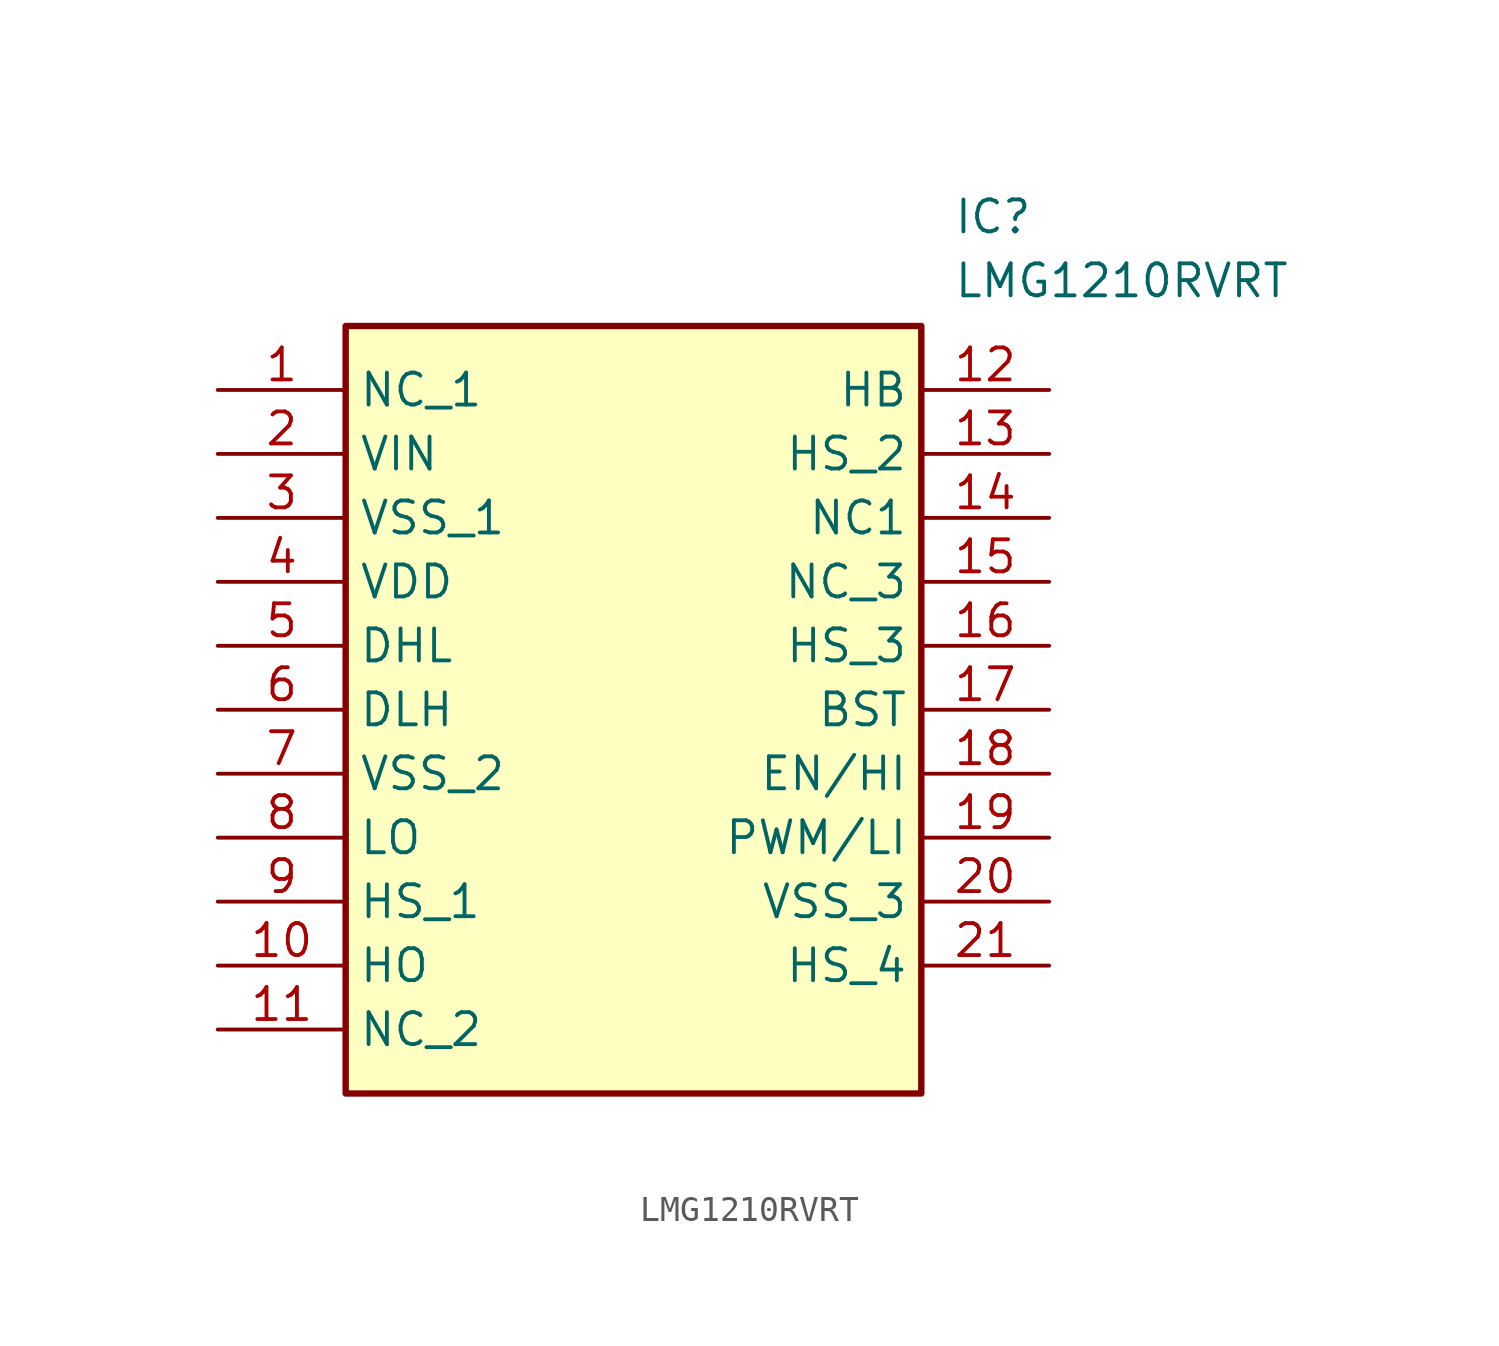
<source format=kicad_sym>
(kicad_symbol_lib
  (version 20211014)
  (generator SamacSys_ECAD_Model)
  (symbol "LMG1210RVRT"
    (property "Reference" "IC"
      (at 29.21 7.62 0)
      (effects (font (size 1.27 1.27)) (justify left top)))
    (property "Value" "LMG1210RVRT"
      (at 29.21 5.08 0)
      (effects (font (size 1.27 1.27)) (justify left top)))
    (rectangle
      (start 5.08 2.54)
      (end 27.94 -27.94)
      (stroke (width 0.254) (type default))
      (fill (type background)))
    (pin passive line
      (at 0 0 0)
      (length 5.08)
      (name "NC_1" (effects (font (size 1.27 1.27))))
      (number "1" (effects (font (size 1.27 1.27)))))
    (pin passive line
      (at 0 -2.54 0)
      (length 5.08)
      (name "VIN" (effects (font (size 1.27 1.27))))
      (number "2" (effects (font (size 1.27 1.27)))))
    (pin passive line
      (at 0 -5.08 0)
      (length 5.08)
      (name "VSS_1" (effects (font (size 1.27 1.27))))
      (number "3" (effects (font (size 1.27 1.27)))))
    (pin passive line
      (at 0 -7.62 0)
      (length 5.08)
      (name "VDD" (effects (font (size 1.27 1.27))))
      (number "4" (effects (font (size 1.27 1.27)))))
    (pin passive line
      (at 0 -10.16 0)
      (length 5.08)
      (name "DHL" (effects (font (size 1.27 1.27))))
      (number "5" (effects (font (size 1.27 1.27)))))
    (pin passive line
      (at 0 -12.7 0)
      (length 5.08)
      (name "DLH" (effects (font (size 1.27 1.27))))
      (number "6" (effects (font (size 1.27 1.27)))))
    (pin passive line
      (at 0 -15.24 0)
      (length 5.08)
      (name "VSS_2" (effects (font (size 1.27 1.27))))
      (number "7" (effects (font (size 1.27 1.27)))))
    (pin passive line
      (at 0 -17.78 0)
      (length 5.08)
      (name "LO" (effects (font (size 1.27 1.27))))
      (number "8" (effects (font (size 1.27 1.27)))))
    (pin passive line
      (at 0 -20.32 0)
      (length 5.08)
      (name "HS_1" (effects (font (size 1.27 1.27))))
      (number "9" (effects (font (size 1.27 1.27)))))
    (pin passive line
      (at 0 -22.86 0)
      (length 5.08)
      (name "HO" (effects (font (size 1.27 1.27))))
      (number "10" (effects (font (size 1.27 1.27)))))
    (pin passive line
      (at 0 -25.4 0)
      (length 5.08)
      (name "NC_2" (effects (font (size 1.27 1.27))))
      (number "11" (effects (font (size 1.27 1.27)))))
    (pin passive line
      (at 33.02 0 180)
      (length 5.08)
      (name "HB" (effects (font (size 1.27 1.27))))
      (number "12" (effects (font (size 1.27 1.27)))))
    (pin passive line
      (at 33.02 -2.54 180)
      (length 5.08)
      (name "HS_2" (effects (font (size 1.27 1.27))))
      (number "13" (effects (font (size 1.27 1.27)))))
    (pin passive line
      (at 33.02 -5.08 180)
      (length 5.08)
      (name "NC1" (effects (font (size 1.27 1.27))))
      (number "14" (effects (font (size 1.27 1.27)))))
    (pin passive line
      (at 33.02 -7.62 180)
      (length 5.08)
      (name "NC_3" (effects (font (size 1.27 1.27))))
      (number "15" (effects (font (size 1.27 1.27)))))
    (pin passive line
      (at 33.02 -10.16 180)
      (length 5.08)
      (name "HS_3" (effects (font (size 1.27 1.27))))
      (number "16" (effects (font (size 1.27 1.27)))))
    (pin passive line
      (at 33.02 -12.7 180)
      (length 5.08)
      (name "BST" (effects (font (size 1.27 1.27))))
      (number "17" (effects (font (size 1.27 1.27)))))
    (pin passive line
      (at 33.02 -15.24 180)
      (length 5.08)
      (name "EN/HI" (effects (font (size 1.27 1.27))))
      (number "18" (effects (font (size 1.27 1.27)))))
    (pin passive line
      (at 33.02 -17.78 180)
      (length 5.08)
      (name "PWM/LI" (effects (font (size 1.27 1.27))))
      (number "19" (effects (font (size 1.27 1.27)))))
    (pin passive line
      (at 33.02 -20.32 180)
      (length 5.08)
      (name "VSS_3" (effects (font (size 1.27 1.27))))
      (number "20" (effects (font (size 1.27 1.27)))))
    (pin passive line
      (at 33.02 -22.86 180)
      (length 5.08)
      (name "HS_4" (effects (font (size 1.27 1.27))))
      (number "21" (effects (font (size 1.27 1.27)))))))
</source>
